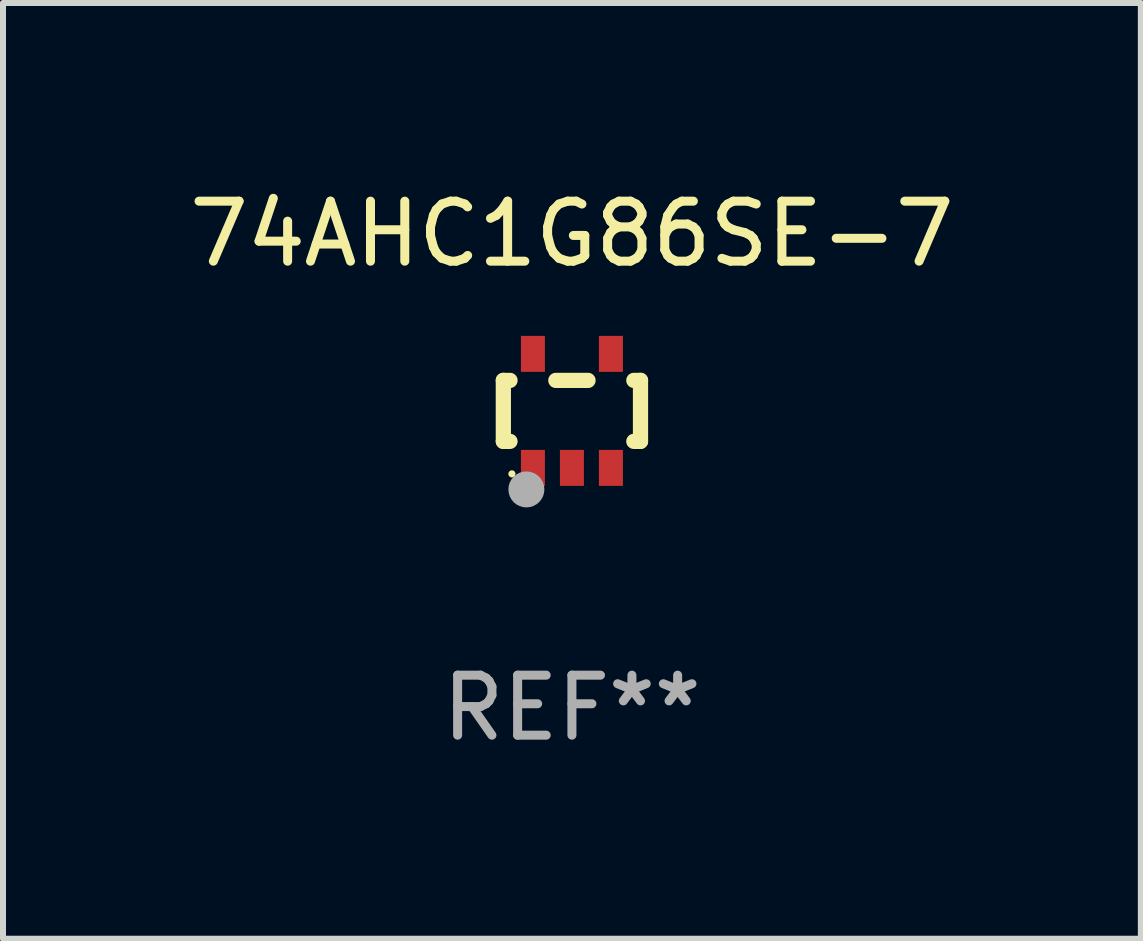
<source format=kicad_pcb>
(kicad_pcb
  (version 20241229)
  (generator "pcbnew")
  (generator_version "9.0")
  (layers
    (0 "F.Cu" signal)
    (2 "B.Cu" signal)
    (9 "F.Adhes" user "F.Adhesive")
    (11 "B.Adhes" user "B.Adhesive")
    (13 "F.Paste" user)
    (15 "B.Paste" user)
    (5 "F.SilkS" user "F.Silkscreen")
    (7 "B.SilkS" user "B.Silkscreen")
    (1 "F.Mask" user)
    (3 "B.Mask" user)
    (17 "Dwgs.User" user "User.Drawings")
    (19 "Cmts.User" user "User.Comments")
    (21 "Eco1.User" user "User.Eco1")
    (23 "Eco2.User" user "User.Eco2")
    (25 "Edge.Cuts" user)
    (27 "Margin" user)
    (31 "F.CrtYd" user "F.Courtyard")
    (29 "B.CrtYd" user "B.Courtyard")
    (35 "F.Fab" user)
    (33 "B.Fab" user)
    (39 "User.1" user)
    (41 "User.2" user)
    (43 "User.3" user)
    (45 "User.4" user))
  (footprint "74AHC1G86SE-7"
    (layer "F.Cu")
    (at 6.482 3.798)
    (property "Reference" "74AHC1G86SE-7" (at 0 -2.95 0) (layer "F.SilkS") (effects (font (size 1 1) (thickness 0.15))))
    (attr through_hole)
    (fp_line (start -1.143 -0.508) (end -1.032 -0.508) (stroke (width 0.254) (type solid)) (layer "F.SilkS"))
    (fp_line (start -1.143 0.508) (end -1.143 -0.508) (stroke (width 0.254) (type solid)) (layer "F.SilkS"))
    (fp_line (start -1.032 0.508) (end -1.143 0.508) (stroke (width 0.254) (type solid)) (layer "F.SilkS"))
    (fp_line (start -0.268 -0.508) (end 0.268 -0.508) (stroke (width 0.254) (type solid)) (layer "F.SilkS"))
    (fp_line (start 1.032 -0.508) (end 1.143 -0.508) (stroke (width 0.254) (type solid)) (layer "F.SilkS"))
    (fp_line (start 1.143 -0.508) (end 1.143 0.508) (stroke (width 0.254) (type solid)) (layer "F.SilkS"))
    (fp_line (start 1.143 0.508) (end 1.032 0.508) (stroke (width 0.254) (type solid)) (layer "F.SilkS"))
    (fp_circle (center -1 1.05) (end -0.97 1.05) (stroke (width 0.06) (type solid)) (fill no) (layer "F.SilkS"))
    (fp_circle (center -0.759 1.309) (end -0.609 1.309) (stroke (width 0.3) (type solid)) (fill no) (layer "F.Fab"))
    (fp_text user "REF**" (at 0 4.95 0) (layer "F.Fab") (effects (font (size 1 1) (thickness 0.15))))
    (pad "1" smd rect (at -0.65 0.95 180) (size 0.4 0.6) (layers "F.Cu" "F.Mask" "F.Paste"))
    (pad "2" smd rect (at 0 0.95 180) (size 0.4 0.6) (layers "F.Cu" "F.Mask" "F.Paste"))
    (pad "3" smd rect (at 0.65 0.95 180) (size 0.4 0.6) (layers "F.Cu" "F.Mask" "F.Paste"))
    (pad "4" smd rect (at 0.65 -0.95 180) (size 0.4 0.6) (layers "F.Cu" "F.Mask" "F.Paste"))
    (pad "5" smd rect (at -0.65 -0.95 180) (size 0.4 0.6) (layers "F.Cu" "F.Mask" "F.Paste")))
  (gr_rect
    (start -3 -3)
    (end 15.964 12.596)
    (stroke (width 0.1) (type default))
    (fill no)
    (layer "Edge.Cuts")))
</source>
